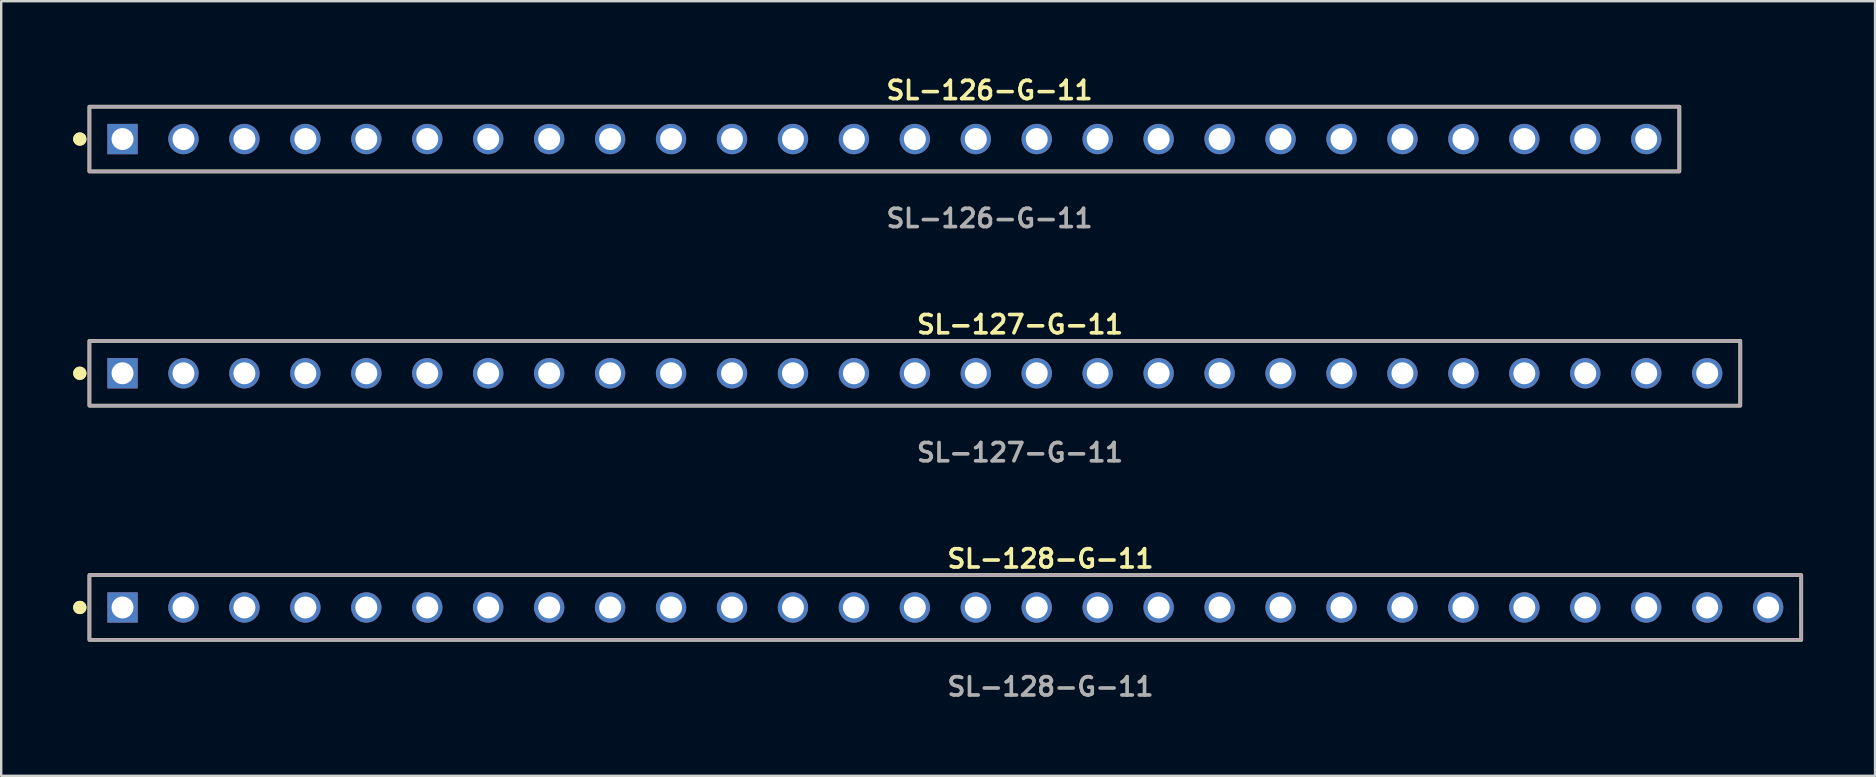
<source format=kicad_pcb>
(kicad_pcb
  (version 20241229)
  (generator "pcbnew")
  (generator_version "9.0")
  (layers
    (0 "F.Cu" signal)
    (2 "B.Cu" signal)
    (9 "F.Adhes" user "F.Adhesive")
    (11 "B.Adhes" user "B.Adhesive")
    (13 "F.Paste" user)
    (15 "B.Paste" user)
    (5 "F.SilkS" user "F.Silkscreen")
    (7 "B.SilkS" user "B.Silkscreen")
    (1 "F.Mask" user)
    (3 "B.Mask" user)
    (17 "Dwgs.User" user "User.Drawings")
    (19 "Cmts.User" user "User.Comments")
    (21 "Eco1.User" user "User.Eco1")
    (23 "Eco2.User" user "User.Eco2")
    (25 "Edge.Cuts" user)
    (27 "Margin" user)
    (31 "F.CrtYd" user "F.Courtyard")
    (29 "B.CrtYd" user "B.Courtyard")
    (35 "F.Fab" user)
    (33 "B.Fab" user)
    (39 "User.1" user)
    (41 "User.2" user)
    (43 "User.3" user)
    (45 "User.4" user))
  (footprint "SL-127-G-11"
    (layer "F.Cu")
    (at 35.076 12.506)
    (property "Reference" "SL-127-G-11" (at 0 -2.032 0) (unlocked yes) (layer "F.SilkS") (effects (font (size 0.762 0.762) (thickness 0.152)) (justify left)))
    (fp_rect (start -34.4 1.35) (end 34.4 -1.35) (stroke (width 0.152) (type solid)) (fill no) (layer "F.SilkS"))
    (fp_circle (center -34.8 0) (end -35 0) (stroke (width 0.152) (type solid)) (fill yes) (layer "F.SilkS"))
    (fp_circle (center -34.8 0) (end -35 0) (stroke (width 0.152) (type solid)) (fill yes) (layer "F.SilkS"))
    (fp_rect (start -34.4 1.35) (end 34.4 -1.35) (stroke (width 0.006) (type solid)) (fill no) (layer "F.CrtYd"))
    (fp_rect (start -34.4 1.35) (end 34.4 -1.35) (stroke (width 0.152) (type solid)) (fill no) (layer "F.Fab"))
    (fp_text user "${REFERENCE}" (at 0 3.302 0) (unlocked yes) (layer "F.Fab") (effects (font (size 0.762 0.762) (thickness 0.152)) (justify left)))
    (pad "1" thru_hole rect (at -33.02 0) (size 1.264 1.264) (drill 0.914) (layers "*.Cu" "*.Mask"))
    (pad "2" thru_hole circle (at -30.48 0) (size 1.264 1.264) (drill 0.914) (layers "*.Cu" "*.Mask"))
    (pad "3" thru_hole circle (at -27.94 0) (size 1.264 1.264) (drill 0.914) (layers "*.Cu" "*.Mask"))
    (pad "4" thru_hole circle (at -25.4 0) (size 1.264 1.264) (drill 0.914) (layers "*.Cu" "*.Mask"))
    (pad "5" thru_hole circle (at -22.86 0) (size 1.264 1.264) (drill 0.914) (layers "*.Cu" "*.Mask"))
    (pad "6" thru_hole circle (at -20.32 0) (size 1.264 1.264) (drill 0.914) (layers "*.Cu" "*.Mask"))
    (pad "7" thru_hole circle (at -17.78 0) (size 1.264 1.264) (drill 0.914) (layers "*.Cu" "*.Mask"))
    (pad "8" thru_hole circle (at -15.24 0) (size 1.264 1.264) (drill 0.914) (layers "*.Cu" "*.Mask"))
    (pad "9" thru_hole circle (at -12.7 0) (size 1.264 1.264) (drill 0.914) (layers "*.Cu" "*.Mask"))
    (pad "10" thru_hole circle (at -10.16 0) (size 1.264 1.264) (drill 0.914) (layers "*.Cu" "*.Mask"))
    (pad "11" thru_hole circle (at -7.62 0) (size 1.264 1.264) (drill 0.914) (layers "*.Cu" "*.Mask"))
    (pad "12" thru_hole circle (at -5.08 0) (size 1.264 1.264) (drill 0.914) (layers "*.Cu" "*.Mask"))
    (pad "13" thru_hole circle (at -2.54 0) (size 1.264 1.264) (drill 0.914) (layers "*.Cu" "*.Mask"))
    (pad "14" thru_hole circle (at 0 0) (size 1.264 1.264) (drill 0.914) (layers "*.Cu" "*.Mask"))
    (pad "15" thru_hole circle (at 2.54 0) (size 1.264 1.264) (drill 0.914) (layers "*.Cu" "*.Mask"))
    (pad "16" thru_hole circle (at 5.08 0) (size 1.264 1.264) (drill 0.914) (layers "*.Cu" "*.Mask"))
    (pad "17" thru_hole circle (at 7.62 0) (size 1.264 1.264) (drill 0.914) (layers "*.Cu" "*.Mask"))
    (pad "18" thru_hole circle (at 10.16 0) (size 1.264 1.264) (drill 0.914) (layers "*.Cu" "*.Mask"))
    (pad "19" thru_hole circle (at 12.7 0) (size 1.264 1.264) (drill 0.914) (layers "*.Cu" "*.Mask"))
    (pad "20" thru_hole circle (at 15.24 0) (size 1.264 1.264) (drill 0.914) (layers "*.Cu" "*.Mask"))
    (pad "21" thru_hole circle (at 17.78 0) (size 1.264 1.264) (drill 0.914) (layers "*.Cu" "*.Mask"))
    (pad "22" thru_hole circle (at 20.32 0) (size 1.264 1.264) (drill 0.914) (layers "*.Cu" "*.Mask"))
    (pad "23" thru_hole circle (at 22.86 0) (size 1.264 1.264) (drill 0.914) (layers "*.Cu" "*.Mask"))
    (pad "24" thru_hole circle (at 25.4 0) (size 1.264 1.264) (drill 0.914) (layers "*.Cu" "*.Mask"))
    (pad "25" thru_hole circle (at 27.94 0) (size 1.264 1.264) (drill 0.914) (layers "*.Cu" "*.Mask"))
    (pad "26" thru_hole circle (at 30.48 0) (size 1.264 1.264) (drill 0.914) (layers "*.Cu" "*.Mask"))
    (pad "27" thru_hole circle (at 33.02 0) (size 1.264 1.264) (drill 0.914) (layers "*.Cu" "*.Mask")))
  (footprint "SL-128-G-11"
    (layer "F.Cu")
    (at 36.346 22.266)
    (property "Reference" "SL-128-G-11" (at 0 -2.032 0) (unlocked yes) (layer "F.SilkS") (effects (font (size 0.762 0.762) (thickness 0.152)) (justify left)))
    (fp_rect (start -35.67 1.35) (end 35.67 -1.35) (stroke (width 0.152) (type solid)) (fill no) (layer "F.SilkS"))
    (fp_circle (center -36.07 0) (end -36.27 0) (stroke (width 0.152) (type solid)) (fill yes) (layer "F.SilkS"))
    (fp_circle (center -36.07 0) (end -36.27 0) (stroke (width 0.152) (type solid)) (fill yes) (layer "F.SilkS"))
    (fp_rect (start -35.67 1.35) (end 35.67 -1.35) (stroke (width 0.006) (type solid)) (fill no) (layer "F.CrtYd"))
    (fp_rect (start -35.67 1.35) (end 35.67 -1.35) (stroke (width 0.152) (type solid)) (fill no) (layer "F.Fab"))
    (fp_text user "${REFERENCE}" (at 0 3.302 0) (unlocked yes) (layer "F.Fab") (effects (font (size 0.762 0.762) (thickness 0.152)) (justify left)))
    (pad "1" thru_hole rect (at -34.29 0) (size 1.264 1.264) (drill 0.914) (layers "*.Cu" "*.Mask"))
    (pad "2" thru_hole circle (at -31.75 0) (size 1.264 1.264) (drill 0.914) (layers "*.Cu" "*.Mask"))
    (pad "3" thru_hole circle (at -29.21 0) (size 1.264 1.264) (drill 0.914) (layers "*.Cu" "*.Mask"))
    (pad "4" thru_hole circle (at -26.67 0) (size 1.264 1.264) (drill 0.914) (layers "*.Cu" "*.Mask"))
    (pad "5" thru_hole circle (at -24.13 0) (size 1.264 1.264) (drill 0.914) (layers "*.Cu" "*.Mask"))
    (pad "6" thru_hole circle (at -21.59 0) (size 1.264 1.264) (drill 0.914) (layers "*.Cu" "*.Mask"))
    (pad "7" thru_hole circle (at -19.05 0) (size 1.264 1.264) (drill 0.914) (layers "*.Cu" "*.Mask"))
    (pad "8" thru_hole circle (at -16.51 0) (size 1.264 1.264) (drill 0.914) (layers "*.Cu" "*.Mask"))
    (pad "9" thru_hole circle (at -13.97 0) (size 1.264 1.264) (drill 0.914) (layers "*.Cu" "*.Mask"))
    (pad "10" thru_hole circle (at -11.43 0) (size 1.264 1.264) (drill 0.914) (layers "*.Cu" "*.Mask"))
    (pad "11" thru_hole circle (at -8.89 0) (size 1.264 1.264) (drill 0.914) (layers "*.Cu" "*.Mask"))
    (pad "12" thru_hole circle (at -6.35 0) (size 1.264 1.264) (drill 0.914) (layers "*.Cu" "*.Mask"))
    (pad "13" thru_hole circle (at -3.81 0) (size 1.264 1.264) (drill 0.914) (layers "*.Cu" "*.Mask"))
    (pad "14" thru_hole circle (at -1.27 0) (size 1.264 1.264) (drill 0.914) (layers "*.Cu" "*.Mask"))
    (pad "15" thru_hole circle (at 1.27 0) (size 1.264 1.264) (drill 0.914) (layers "*.Cu" "*.Mask"))
    (pad "16" thru_hole circle (at 3.81 0) (size 1.264 1.264) (drill 0.914) (layers "*.Cu" "*.Mask"))
    (pad "17" thru_hole circle (at 6.35 0) (size 1.264 1.264) (drill 0.914) (layers "*.Cu" "*.Mask"))
    (pad "18" thru_hole circle (at 8.89 0) (size 1.264 1.264) (drill 0.914) (layers "*.Cu" "*.Mask"))
    (pad "19" thru_hole circle (at 11.43 0) (size 1.264 1.264) (drill 0.914) (layers "*.Cu" "*.Mask"))
    (pad "20" thru_hole circle (at 13.97 0) (size 1.264 1.264) (drill 0.914) (layers "*.Cu" "*.Mask"))
    (pad "21" thru_hole circle (at 16.51 0) (size 1.264 1.264) (drill 0.914) (layers "*.Cu" "*.Mask"))
    (pad "22" thru_hole circle (at 19.05 0) (size 1.264 1.264) (drill 0.914) (layers "*.Cu" "*.Mask"))
    (pad "23" thru_hole circle (at 21.59 0) (size 1.264 1.264) (drill 0.914) (layers "*.Cu" "*.Mask"))
    (pad "24" thru_hole circle (at 24.13 0) (size 1.264 1.264) (drill 0.914) (layers "*.Cu" "*.Mask"))
    (pad "25" thru_hole circle (at 26.67 0) (size 1.264 1.264) (drill 0.914) (layers "*.Cu" "*.Mask"))
    (pad "26" thru_hole circle (at 29.21 0) (size 1.264 1.264) (drill 0.914) (layers "*.Cu" "*.Mask"))
    (pad "27" thru_hole circle (at 31.75 0) (size 1.264 1.264) (drill 0.914) (layers "*.Cu" "*.Mask"))
    (pad "28" thru_hole circle (at 34.29 0) (size 1.264 1.264) (drill 0.914) (layers "*.Cu" "*.Mask")))
  (footprint "SL-126-G-11"
    (layer "F.Cu")
    (at 33.806 2.745)
    (property "Reference" "SL-126-G-11" (at 0 -2.032 0) (unlocked yes) (layer "F.SilkS") (effects (font (size 0.762 0.762) (thickness 0.152)) (justify left)))
    (fp_rect (start -33.13 1.35) (end 33.13 -1.35) (stroke (width 0.152) (type solid)) (fill no) (layer "F.SilkS"))
    (fp_circle (center -33.53 0) (end -33.73 0) (stroke (width 0.152) (type solid)) (fill yes) (layer "F.SilkS"))
    (fp_circle (center -33.53 0) (end -33.73 0) (stroke (width 0.152) (type solid)) (fill yes) (layer "F.SilkS"))
    (fp_rect (start -33.13 1.35) (end 33.13 -1.35) (stroke (width 0.006) (type solid)) (fill no) (layer "F.CrtYd"))
    (fp_rect (start -33.13 1.35) (end 33.13 -1.35) (stroke (width 0.152) (type solid)) (fill no) (layer "F.Fab"))
    (fp_text user "${REFERENCE}" (at 0 3.302 0) (unlocked yes) (layer "F.Fab") (effects (font (size 0.762 0.762) (thickness 0.152)) (justify left)))
    (pad "1" thru_hole rect (at -31.75 0) (size 1.264 1.264) (drill 0.914) (layers "*.Cu" "*.Mask"))
    (pad "2" thru_hole circle (at -29.21 0) (size 1.264 1.264) (drill 0.914) (layers "*.Cu" "*.Mask"))
    (pad "3" thru_hole circle (at -26.67 0) (size 1.264 1.264) (drill 0.914) (layers "*.Cu" "*.Mask"))
    (pad "4" thru_hole circle (at -24.13 0) (size 1.264 1.264) (drill 0.914) (layers "*.Cu" "*.Mask"))
    (pad "5" thru_hole circle (at -21.59 0) (size 1.264 1.264) (drill 0.914) (layers "*.Cu" "*.Mask"))
    (pad "6" thru_hole circle (at -19.05 0) (size 1.264 1.264) (drill 0.914) (layers "*.Cu" "*.Mask"))
    (pad "7" thru_hole circle (at -16.51 0) (size 1.264 1.264) (drill 0.914) (layers "*.Cu" "*.Mask"))
    (pad "8" thru_hole circle (at -13.97 0) (size 1.264 1.264) (drill 0.914) (layers "*.Cu" "*.Mask"))
    (pad "9" thru_hole circle (at -11.43 0) (size 1.264 1.264) (drill 0.914) (layers "*.Cu" "*.Mask"))
    (pad "10" thru_hole circle (at -8.89 0) (size 1.264 1.264) (drill 0.914) (layers "*.Cu" "*.Mask"))
    (pad "11" thru_hole circle (at -6.35 0) (size 1.264 1.264) (drill 0.914) (layers "*.Cu" "*.Mask"))
    (pad "12" thru_hole circle (at -3.81 0) (size 1.264 1.264) (drill 0.914) (layers "*.Cu" "*.Mask"))
    (pad "13" thru_hole circle (at -1.27 0) (size 1.264 1.264) (drill 0.914) (layers "*.Cu" "*.Mask"))
    (pad "14" thru_hole circle (at 1.27 0) (size 1.264 1.264) (drill 0.914) (layers "*.Cu" "*.Mask"))
    (pad "15" thru_hole circle (at 3.81 0) (size 1.264 1.264) (drill 0.914) (layers "*.Cu" "*.Mask"))
    (pad "16" thru_hole circle (at 6.35 0) (size 1.264 1.264) (drill 0.914) (layers "*.Cu" "*.Mask"))
    (pad "17" thru_hole circle (at 8.89 0) (size 1.264 1.264) (drill 0.914) (layers "*.Cu" "*.Mask"))
    (pad "18" thru_hole circle (at 11.43 0) (size 1.264 1.264) (drill 0.914) (layers "*.Cu" "*.Mask"))
    (pad "19" thru_hole circle (at 13.97 0) (size 1.264 1.264) (drill 0.914) (layers "*.Cu" "*.Mask"))
    (pad "20" thru_hole circle (at 16.51 0) (size 1.264 1.264) (drill 0.914) (layers "*.Cu" "*.Mask"))
    (pad "21" thru_hole circle (at 19.05 0) (size 1.264 1.264) (drill 0.914) (layers "*.Cu" "*.Mask"))
    (pad "22" thru_hole circle (at 21.59 0) (size 1.264 1.264) (drill 0.914) (layers "*.Cu" "*.Mask"))
    (pad "23" thru_hole circle (at 24.13 0) (size 1.264 1.264) (drill 0.914) (layers "*.Cu" "*.Mask"))
    (pad "24" thru_hole circle (at 26.67 0) (size 1.264 1.264) (drill 0.914) (layers "*.Cu" "*.Mask"))
    (pad "25" thru_hole circle (at 29.21 0) (size 1.264 1.264) (drill 0.914) (layers "*.Cu" "*.Mask"))
    (pad "26" thru_hole circle (at 31.75 0) (size 1.264 1.264) (drill 0.914) (layers "*.Cu" "*.Mask")))
  (gr_rect
    (start -3 -3)
    (end 75.092 29.281)
    (stroke (width 0.1) (type default))
    (fill no)
    (layer "Edge.Cuts")))
</source>
